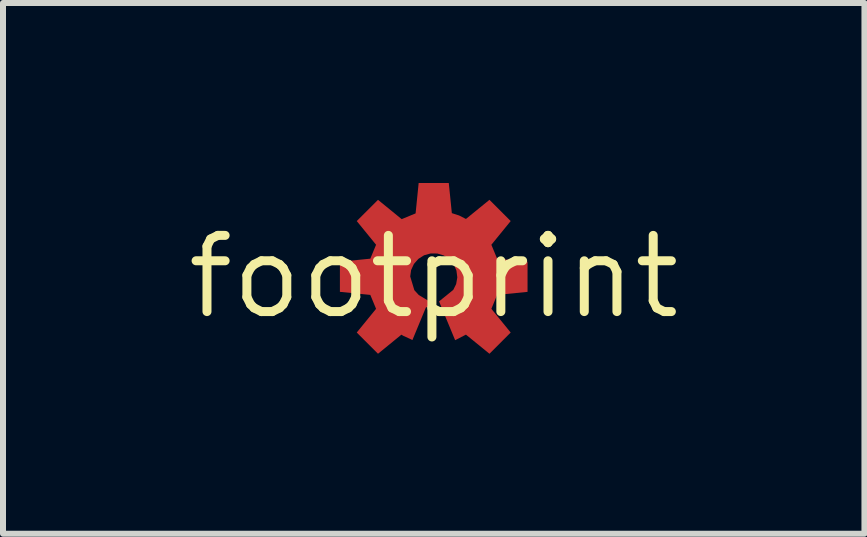
<source format=kicad_pcb>
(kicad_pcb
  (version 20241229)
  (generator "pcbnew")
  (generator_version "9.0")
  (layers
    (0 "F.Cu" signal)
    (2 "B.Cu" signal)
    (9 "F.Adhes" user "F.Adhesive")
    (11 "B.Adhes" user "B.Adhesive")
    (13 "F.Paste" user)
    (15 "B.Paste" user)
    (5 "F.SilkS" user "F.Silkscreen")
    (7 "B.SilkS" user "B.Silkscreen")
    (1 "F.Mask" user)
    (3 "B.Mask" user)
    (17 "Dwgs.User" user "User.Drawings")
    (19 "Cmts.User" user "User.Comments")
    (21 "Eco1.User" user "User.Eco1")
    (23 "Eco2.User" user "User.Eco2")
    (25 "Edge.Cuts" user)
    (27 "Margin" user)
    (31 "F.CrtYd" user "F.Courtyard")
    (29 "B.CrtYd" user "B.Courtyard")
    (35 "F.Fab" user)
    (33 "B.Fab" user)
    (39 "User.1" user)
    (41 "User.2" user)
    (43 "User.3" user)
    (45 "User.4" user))
  (footprint "footprint"
    (layer "F.Cu")
    (at 4.18 1.564)
    (property "Reference" "footprint" (at 0 0 0) (layer "F.SilkS") (effects (font (size 1.27 1.27) (thickness 0.15))))
    (fp_poly (pts (xy 0.302 -1.061) (xy 0.423 -1.022) (xy 0.537 -0.964) (xy 0.929 -1.283) (xy 1.283 -0.929) (xy 0.961 -0.534) (xy 1.057 -0.302) (xy 1.564 -0.251) (xy 1.564 0.251) (xy 1.057 0.302) (xy 0.961 0.534) (xy 1.283 0.929) (xy 0.929 1.283) (xy 0.537 0.964) (xy 0.357 1.057) (xy 0.089 0.41) (xy 0.326 0.218) (xy 0.374 0.121) (xy 0.393 0.01) (xy 0.379 -0.102) (xy 0.335 -0.205) (xy 0.263 -0.292) (xy 0.169 -0.355) (xy 0.061 -0.388) (xy -0.051 -0.389) (xy -0.16 -0.359) (xy -0.255 -0.299) (xy -0.33 -0.214) (xy -0.377 -0.112) (xy -0.392 -0.006) (xy -0.323 0.223) (xy -0.249 0.304) (xy 0.092 0.508) (xy -0.129 0.508) (xy -0.355 1.054) (xy -0.507 0.984) (xy -0.539 0.965) (xy -0.929 1.283) (xy -1.283 0.929) (xy -0.961 0.534) (xy -1.057 0.302) (xy -1.564 0.251) (xy -1.564 -0.251) (xy -1.057 -0.302) (xy -0.961 -0.534) (xy -1.283 -0.929) (xy -0.929 -1.283) (xy -0.534 -0.961) (xy -0.302 -1.057) (xy -0.251 -1.564) (xy 0.251 -1.564)) (stroke (width 0) (type solid)) (fill yes) (layer "F.Cu")))
  (gr_rect
    (start -3 -3)
    (end 11.36 5.847)
    (stroke (width 0.1) (type default))
    (fill no)
    (layer "Edge.Cuts")))
</source>
